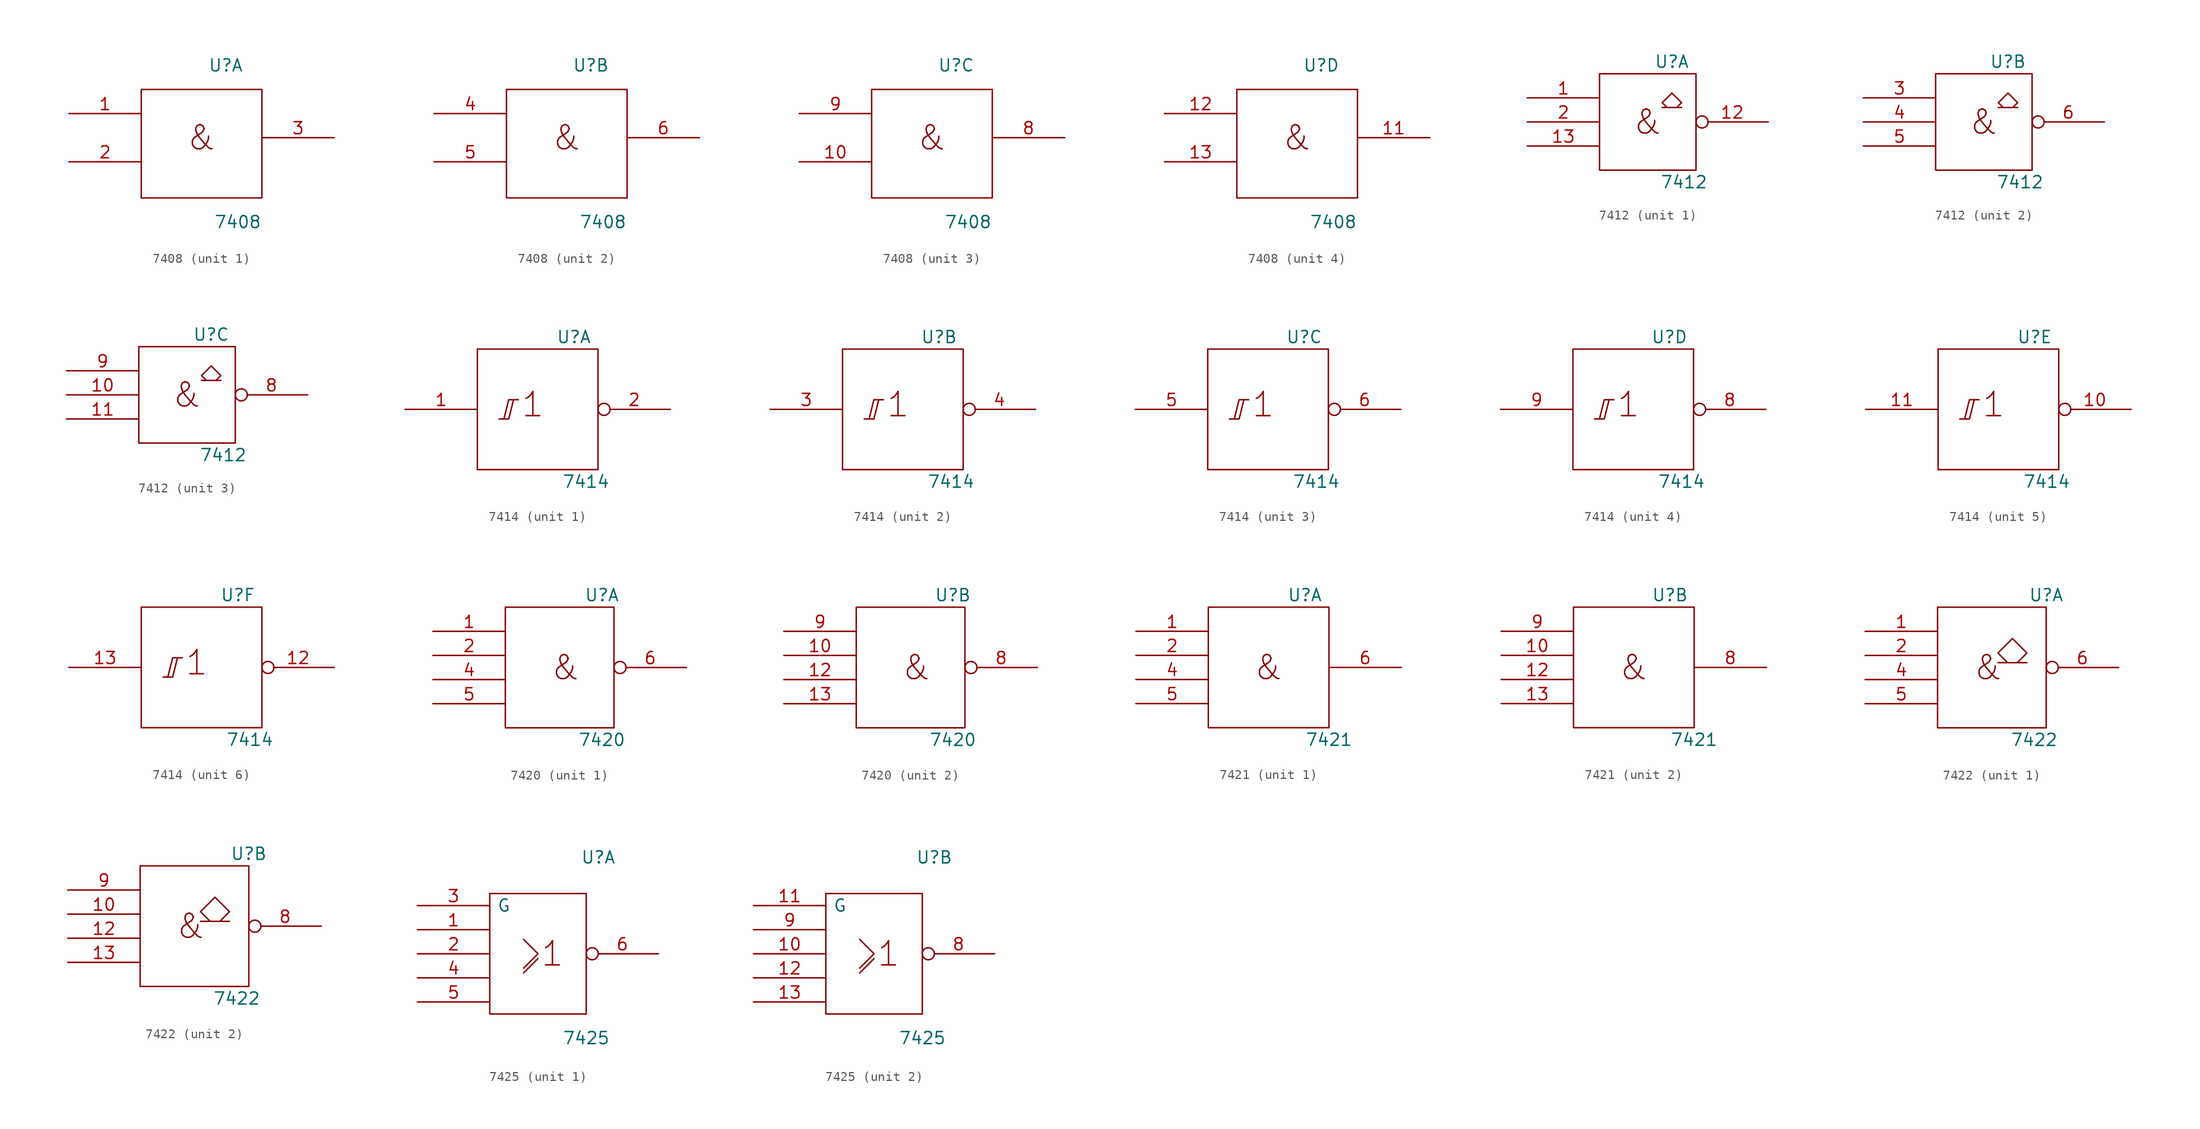
<source format=kicad_sym>
(kicad_symbol_lib
  (version 20201005)
  (generator kicad_symbol_editor)
  (symbol "7408"
    (pin_names
      (offset 0.762))
    (property "Reference" "U"
      (at 2.54 7.62 0)
      (effects (font (size 1.27 1.27))))
    (property "Value" "7408"
      (at 3.81 -8.89 0)
      (effects (font (size 1.27 1.27))))
    (symbol "7408_0_1"
      (text "&" (at 0 0 0) (effects (font (size 2.54 2.54))))
      (rectangle (start -6.35 5.08) (end 6.35 -6.35) (stroke (width 0)) (fill (type none)))
      (pin power_in line (at 0 5.08 270) (length 0) hide (name "Vcc" (effects (font (size 1.27 1.27)))) (number "14" (effects (font (size 1.27 1.27)))))
      (pin power_in line (at 0 -6.35 90) (length 0) hide (name "Gnd" (effects (font (size 1.27 1.27)))) (number "7" (effects (font (size 1.27 1.27))))))
    (symbol "7408_1_1"
      (pin input line (at -13.97 2.54 0) (length 7.62) (name "~" (effects (font (size 1.27 1.27)))) (number "1" (effects (font (size 1.27 1.27)))))
      (pin input line (at -13.97 -2.54 0) (length 7.62) (name "~" (effects (font (size 1.27 1.27)))) (number "2" (effects (font (size 1.27 1.27)))))
      (pin output line (at 13.97 0 180) (length 7.62) (name "~" (effects (font (size 1.27 1.27)))) (number "3" (effects (font (size 1.27 1.27))))))
    (symbol "7408_2_1"
      (pin input line (at -13.97 2.54 0) (length 7.62) (name "~" (effects (font (size 1.27 1.27)))) (number "4" (effects (font (size 1.27 1.27)))))
      (pin input line (at -13.97 -2.54 0) (length 7.62) (name "~" (effects (font (size 1.27 1.27)))) (number "5" (effects (font (size 1.27 1.27)))))
      (pin input line (at 13.97 0 180) (length 7.62) (name "~" (effects (font (size 1.27 1.27)))) (number "6" (effects (font (size 1.27 1.27))))))
    (symbol "7408_3_1"
      (pin input line (at -13.97 -2.54 0) (length 7.62) (name "~" (effects (font (size 1.27 1.27)))) (number "10" (effects (font (size 1.27 1.27)))))
      (pin input line (at 13.97 0 180) (length 7.62) (name "~" (effects (font (size 1.27 1.27)))) (number "8" (effects (font (size 1.27 1.27)))))
      (pin input line (at -13.97 2.54 0) (length 7.62) (name "~" (effects (font (size 1.27 1.27)))) (number "9" (effects (font (size 1.27 1.27))))))
    (symbol "7408_4_1"
      (pin input line (at 13.97 0 180) (length 7.62) (name "~" (effects (font (size 1.27 1.27)))) (number "11" (effects (font (size 1.27 1.27)))))
      (pin input line (at -13.97 2.54 0) (length 7.62) (name "~" (effects (font (size 1.27 1.27)))) (number "12" (effects (font (size 1.27 1.27)))))
      (pin input line (at -13.97 -2.54 0) (length 7.62) (name "~" (effects (font (size 1.27 1.27)))) (number "13" (effects (font (size 1.27 1.27)))))))
  (symbol "7412"
    (pin_names
      (offset 0.762))
    (property "Reference" "U"
      (at 2.54 6.35 0)
      (effects (font (size 1.27 1.27))))
    (property "Value" "7412"
      (at 3.81 -6.35 0)
      (effects (font (size 1.27 1.27))))
    (symbol "7412_0_0"
      (text "&" (at 0 0 0) (effects (font (size 2.54 2.54))))
      (polyline (pts (xy 2.032 1.524) (xy 1.524 2.032) (xy 2.54 3.048) (xy 3.556 2.032) (xy 3.048 1.524) (xy 3.556 1.524) (xy 1.524 1.524) (xy 1.524 1.524)) (stroke (width 0)) (fill (type none))))
    (symbol "7412_0_1"
      (rectangle (start -5.08 5.08) (end 5.08 -5.08) (stroke (width 0)) (fill (type none)))
      (pin power_in line (at 0 5.08 270) (length 0) hide (name "Vcc" (effects (font (size 1.27 1.27)))) (number "14" (effects (font (size 1.27 1.27)))))
      (pin power_in line (at 0 -5.08 90) (length 0) hide (name "Gnd" (effects (font (size 1.27 1.27)))) (number "7" (effects (font (size 1.27 1.27))))))
    (symbol "7412_1_1"
      (pin input line (at -12.7 2.54 0) (length 7.62) (name "~" (effects (font (size 1.27 1.27)))) (number "1" (effects (font (size 1.27 1.27)))))
      (pin open_collector inverted (at 12.7 0 180) (length 7.62) (name "~" (effects (font (size 1.27 1.27)))) (number "12" (effects (font (size 1.27 1.27)))))
      (pin input line (at -12.7 -2.54 0) (length 7.62) (name "~" (effects (font (size 1.27 1.27)))) (number "13" (effects (font (size 1.27 1.27)))))
      (pin input line (at -12.7 0 0) (length 7.62) (name "~" (effects (font (size 1.27 1.27)))) (number "2" (effects (font (size 1.27 1.27))))))
    (symbol "7412_2_1"
      (pin input line (at -12.7 2.54 0) (length 7.62) (name "~" (effects (font (size 1.27 1.27)))) (number "3" (effects (font (size 1.27 1.27)))))
      (pin input line (at -12.7 0 0) (length 7.62) (name "~" (effects (font (size 1.27 1.27)))) (number "4" (effects (font (size 1.27 1.27)))))
      (pin input line (at -12.7 -2.54 0) (length 7.62) (name "~" (effects (font (size 1.27 1.27)))) (number "5" (effects (font (size 1.27 1.27)))))
      (pin open_collector inverted (at 12.7 0 180) (length 7.62) (name "~" (effects (font (size 1.27 1.27)))) (number "6" (effects (font (size 1.27 1.27))))))
    (symbol "7412_3_1"
      (pin input line (at -12.7 0 0) (length 7.62) (name "~" (effects (font (size 1.27 1.27)))) (number "10" (effects (font (size 1.27 1.27)))))
      (pin input line (at -12.7 -2.54 0) (length 7.62) (name "~" (effects (font (size 1.27 1.27)))) (number "11" (effects (font (size 1.27 1.27)))))
      (pin open_collector inverted (at 12.7 0 180) (length 7.62) (name "~" (effects (font (size 1.27 1.27)))) (number "8" (effects (font (size 1.27 1.27)))))
      (pin input line (at -12.7 2.54 0) (length 7.62) (name "~" (effects (font (size 1.27 1.27)))) (number "9" (effects (font (size 1.27 1.27)))))))
  (symbol "7414"
    (pin_names
      (offset 0.762))
    (property "Reference" "U"
      (at 3.81 7.62 0)
      (effects (font (size 1.27 1.27))))
    (property "Value" "7414"
      (at 5.08 -7.62 0)
      (effects (font (size 1.27 1.27))))
    (symbol "7414_0_0"
      (text "1" (at -0.508 0.508 0) (effects (font (size 2.54 2.54))))
      (polyline (pts (xy -4.064 -1.016) (xy -3.048 -1.016) (xy -2.54 1.016) (xy -2.032 1.016) (xy -3.048 1.016) (xy -3.556 -1.016) (xy -3.556 -1.016)) (stroke (width 0)) (fill (type none))))
    (symbol "7414_0_1"
      (rectangle (start -6.35 6.35) (end 6.35 -6.35) (stroke (width 0)) (fill (type none)))
      (pin power_in line (at 0 6.35 270) (length 0) hide (name "Vcc" (effects (font (size 1.27 1.27)))) (number "14" (effects (font (size 1.27 1.27)))))
      (pin power_in line (at 0 -6.35 90) (length 0) hide (name "Gnd" (effects (font (size 1.27 1.27)))) (number "7" (effects (font (size 1.27 1.27))))))
    (symbol "7414_1_1"
      (pin input line (at -13.97 0 0) (length 7.62) (name "~" (effects (font (size 1.27 1.27)))) (number "1" (effects (font (size 1.27 1.27)))))
      (pin output inverted (at 13.97 0 180) (length 7.62) (name "~" (effects (font (size 1.27 1.27)))) (number "2" (effects (font (size 1.27 1.27))))))
    (symbol "7414_2_1"
      (pin input line (at -13.97 0 0) (length 7.62) (name "~" (effects (font (size 1.27 1.27)))) (number "3" (effects (font (size 1.27 1.27)))))
      (pin output inverted (at 13.97 0 180) (length 7.62) (name "~" (effects (font (size 1.27 1.27)))) (number "4" (effects (font (size 1.27 1.27))))))
    (symbol "7414_3_1"
      (pin input line (at -13.97 0 0) (length 7.62) (name "~" (effects (font (size 1.27 1.27)))) (number "5" (effects (font (size 1.27 1.27)))))
      (pin output inverted (at 13.97 0 180) (length 7.62) (name "~" (effects (font (size 1.27 1.27)))) (number "6" (effects (font (size 1.27 1.27))))))
    (symbol "7414_4_1"
      (pin output inverted (at 13.97 0 180) (length 7.62) (name "~" (effects (font (size 1.27 1.27)))) (number "8" (effects (font (size 1.27 1.27)))))
      (pin input line (at -13.97 0 0) (length 7.62) (name "~" (effects (font (size 1.27 1.27)))) (number "9" (effects (font (size 1.27 1.27))))))
    (symbol "7414_5_1"
      (pin output inverted (at 13.97 0 180) (length 7.62) (name "~" (effects (font (size 1.27 1.27)))) (number "10" (effects (font (size 1.27 1.27)))))
      (pin input line (at -13.97 0 0) (length 7.62) (name "~" (effects (font (size 1.27 1.27)))) (number "11" (effects (font (size 1.27 1.27))))))
    (symbol "7414_6_1"
      (pin output inverted (at 13.97 0 180) (length 7.62) (name "~" (effects (font (size 1.27 1.27)))) (number "12" (effects (font (size 1.27 1.27)))))
      (pin input line (at -13.97 0 0) (length 7.62) (name "~" (effects (font (size 1.27 1.27)))) (number "13" (effects (font (size 1.27 1.27)))))))
  (symbol "7420"
    (pin_names
      (offset 0.762))
    (property "Reference" "U"
      (at 3.81 7.62 0)
      (effects (font (size 1.27 1.27))))
    (property "Value" "7420"
      (at 3.81 -7.62 0)
      (effects (font (size 1.27 1.27))))
    (symbol "7420_0_0"
      (text "&" (at 0 0 0) (effects (font (size 2.54 2.54)))))
    (symbol "7420_0_1"
      (rectangle (start -6.35 6.35) (end 5.08 -6.35) (stroke (width 0)) (fill (type none)))
      (pin power_in line (at 0 6.35 270) (length 0) hide (name "Vcc" (effects (font (size 1.27 1.27)))) (number "14" (effects (font (size 1.27 1.27)))))
      (pin power_in line (at 0 -6.35 90) (length 0) hide (name "Gnd" (effects (font (size 1.27 1.27)))) (number "7" (effects (font (size 1.27 1.27))))))
    (symbol "7420_1_1"
      (pin input line (at -13.97 3.81 0) (length 7.62) (name "~" (effects (font (size 1.27 1.27)))) (number "1" (effects (font (size 1.27 1.27)))))
      (pin input line (at -13.97 1.27 0) (length 7.62) (name "~" (effects (font (size 1.27 1.27)))) (number "2" (effects (font (size 1.27 1.27)))))
      (pin input line (at -13.97 -1.27 0) (length 7.62) (name "~" (effects (font (size 1.27 1.27)))) (number "4" (effects (font (size 1.27 1.27)))))
      (pin input line (at -13.97 -3.81 0) (length 7.62) (name "~" (effects (font (size 1.27 1.27)))) (number "5" (effects (font (size 1.27 1.27)))))
      (pin output inverted (at 12.7 0 180) (length 7.62) (name "~" (effects (font (size 1.27 1.27)))) (number "6" (effects (font (size 1.27 1.27))))))
    (symbol "7420_2_1"
      (pin input line (at -13.97 1.27 0) (length 7.62) (name "~" (effects (font (size 1.27 1.27)))) (number "10" (effects (font (size 1.27 1.27)))))
      (pin input line (at -13.97 -1.27 0) (length 7.62) (name "~" (effects (font (size 1.27 1.27)))) (number "12" (effects (font (size 1.27 1.27)))))
      (pin input line (at -13.97 -3.81 0) (length 7.62) (name "~" (effects (font (size 1.27 1.27)))) (number "13" (effects (font (size 1.27 1.27)))))
      (pin output inverted (at 12.7 0 180) (length 7.62) (name "~" (effects (font (size 1.27 1.27)))) (number "8" (effects (font (size 1.27 1.27)))))
      (pin input line (at -13.97 3.81 0) (length 7.62) (name "~" (effects (font (size 1.27 1.27)))) (number "9" (effects (font (size 1.27 1.27)))))))
  (symbol "7421"
    (pin_names
      (offset 0.762))
    (property "Reference" "U"
      (at 3.81 7.62 0)
      (effects (font (size 1.27 1.27))))
    (property "Value" "7421"
      (at 6.35 -7.62 0)
      (effects (font (size 1.27 1.27))))
    (symbol "7421_0_0"
      (text "&" (at 0 0 0) (effects (font (size 2.54 2.54)))))
    (symbol "7421_0_1"
      (rectangle (start -6.35 6.35) (end 6.35 -6.35) (stroke (width 0)) (fill (type none)))
      (pin power_in line (at 0 6.35 270) (length 0) hide (name "Vcc" (effects (font (size 1.27 1.27)))) (number "14" (effects (font (size 1.27 1.27)))))
      (pin power_in line (at 0 -6.35 90) (length 0) hide (name "Gnd" (effects (font (size 1.27 1.27)))) (number "7" (effects (font (size 1.27 1.27))))))
    (symbol "7421_1_1"
      (pin input line (at -13.97 3.81 0) (length 7.62) (name "~" (effects (font (size 1.27 1.27)))) (number "1" (effects (font (size 1.27 1.27)))))
      (pin input line (at -13.97 1.27 0) (length 7.62) (name "~" (effects (font (size 1.27 1.27)))) (number "2" (effects (font (size 1.27 1.27)))))
      (pin input line (at -13.97 -1.27 0) (length 7.62) (name "~" (effects (font (size 1.27 1.27)))) (number "4" (effects (font (size 1.27 1.27)))))
      (pin input line (at -13.97 -3.81 0) (length 7.62) (name "~" (effects (font (size 1.27 1.27)))) (number "5" (effects (font (size 1.27 1.27)))))
      (pin output line (at 13.97 0 180) (length 7.62) (name "~" (effects (font (size 1.27 1.27)))) (number "6" (effects (font (size 1.27 1.27))))))
    (symbol "7421_2_1"
      (pin input line (at -13.97 1.27 0) (length 7.62) (name "~" (effects (font (size 1.27 1.27)))) (number "10" (effects (font (size 1.27 1.27)))))
      (pin input line (at -13.97 -1.27 0) (length 7.62) (name "~" (effects (font (size 1.27 1.27)))) (number "12" (effects (font (size 1.27 1.27)))))
      (pin input line (at -13.97 -3.81 0) (length 7.62) (name "~" (effects (font (size 1.27 1.27)))) (number "13" (effects (font (size 1.27 1.27)))))
      (pin output line (at 13.97 0 180) (length 7.62) (name "~" (effects (font (size 1.27 1.27)))) (number "8" (effects (font (size 1.27 1.27)))))
      (pin input line (at -13.97 3.81 0) (length 7.62) (name "~" (effects (font (size 1.27 1.27)))) (number "9" (effects (font (size 1.27 1.27)))))))
  (symbol "7422"
    (pin_names
      (offset 0.762))
    (property "Reference" "U"
      (at 5.08 7.62 0)
      (effects (font (size 1.27 1.27))))
    (property "Value" "7422"
      (at 3.81 -7.62 0)
      (effects (font (size 1.27 1.27))))
    (symbol "7422_0_0"
      (text "&" (at -1.016 0 0) (effects (font (size 2.54 2.54)))))
    (symbol "7422_0_1"
      (rectangle (start -6.35 6.35) (end 5.08 -6.35) (stroke (width 0)) (fill (type none)))
      (polyline (pts (xy 2.032 0.508) (xy 3.048 1.524) (xy 1.524 3.048) (xy 0 1.524) (xy 1.016 0.508) (xy 0 0.508) (xy 3.048 0.508) (xy 3.048 0.508)) (stroke (width 0)) (fill (type none)))
      (pin power_in line (at 0 6.35 270) (length 0) hide (name "Vcc" (effects (font (size 1.27 1.27)))) (number "14" (effects (font (size 1.27 1.27)))))
      (pin power_in line (at 0 -6.35 90) (length 0) hide (name "Gnd" (effects (font (size 1.27 1.27)))) (number "7" (effects (font (size 1.27 1.27))))))
    (symbol "7422_1_1"
      (pin input line (at -13.97 3.81 0) (length 7.62) (name "~" (effects (font (size 1.27 1.27)))) (number "1" (effects (font (size 1.27 1.27)))))
      (pin input line (at -13.97 1.27 0) (length 7.62) (name "~" (effects (font (size 1.27 1.27)))) (number "2" (effects (font (size 1.27 1.27)))))
      (pin input line (at -13.97 -1.27 0) (length 7.62) (name "~" (effects (font (size 1.27 1.27)))) (number "4" (effects (font (size 1.27 1.27)))))
      (pin input line (at -13.97 -3.81 0) (length 7.62) (name "~" (effects (font (size 1.27 1.27)))) (number "5" (effects (font (size 1.27 1.27)))))
      (pin open_collector inverted (at 12.7 0 180) (length 7.62) (name "~" (effects (font (size 1.27 1.27)))) (number "6" (effects (font (size 1.27 1.27))))))
    (symbol "7422_2_1"
      (pin input line (at -13.97 1.27 0) (length 7.62) (name "~" (effects (font (size 1.27 1.27)))) (number "10" (effects (font (size 1.27 1.27)))))
      (pin input line (at -13.97 -1.27 0) (length 7.62) (name "~" (effects (font (size 1.27 1.27)))) (number "12" (effects (font (size 1.27 1.27)))))
      (pin input line (at -13.97 -3.81 0) (length 7.62) (name "~" (effects (font (size 1.27 1.27)))) (number "13" (effects (font (size 1.27 1.27)))))
      (pin open_collector inverted (at 12.7 0 180) (length 7.62) (name "~" (effects (font (size 1.27 1.27)))) (number "8" (effects (font (size 1.27 1.27)))))
      (pin input line (at -13.97 3.81 0) (length 7.62) (name "~" (effects (font (size 1.27 1.27)))) (number "9" (effects (font (size 1.27 1.27)))))))
  (symbol "7425"
    (pin_names
      (offset 0.762))
    (property "Reference" "U"
      (at 6.35 10.16 0)
      (effects (font (size 1.27 1.27))))
    (property "Value" "7425"
      (at 5.08 -8.89 0)
      (effects (font (size 1.27 1.27))))
    (symbol "7425_0_0"
      (text "1" (at 1.524 0 0) (effects (font (size 2.54 2.54))))
      (polyline (pts (xy -1.524 -2.032) (xy 0 -0.508) (xy 0 -0.508)) (stroke (width 0)) (fill (type none)))
      (polyline (pts (xy -1.524 1.524) (xy 0 0) (xy -1.524 -1.524) (xy -1.524 -1.524)) (stroke (width 0)) (fill (type none))))
    (symbol "7425_0_1"
      (rectangle (start -5.08 6.35) (end 5.08 -6.35) (stroke (width 0)) (fill (type none)))
      (pin power_in line (at 0 6.35 270) (length 0) hide (name "Vcc" (effects (font (size 1.27 1.27)))) (number "14" (effects (font (size 1.27 1.27)))))
      (pin power_in line (at 0 -6.35 90) (length 0) hide (name "Gnd" (effects (font (size 1.27 1.27)))) (number "7" (effects (font (size 1.27 1.27))))))
    (symbol "7425_1_1"
      (pin input line (at -12.7 2.54 0) (length 7.62) (name "~" (effects (font (size 1.27 1.27)))) (number "1" (effects (font (size 1.27 1.27)))))
      (pin input line (at -12.7 0 0) (length 7.62) (name "~" (effects (font (size 1.27 1.27)))) (number "2" (effects (font (size 1.27 1.27)))))
      (pin input line (at -12.7 5.08 0) (length 7.62) (name "G" (effects (font (size 1.27 1.27)))) (number "3" (effects (font (size 1.27 1.27)))))
      (pin input line (at -12.7 -2.54 0) (length 7.62) (name "~" (effects (font (size 1.27 1.27)))) (number "4" (effects (font (size 1.27 1.27)))))
      (pin input line (at -12.7 -5.08 0) (length 7.62) (name "~" (effects (font (size 1.27 1.27)))) (number "5" (effects (font (size 1.27 1.27)))))
      (pin output inverted (at 12.7 0 180) (length 7.62) (name "~" (effects (font (size 1.27 1.27)))) (number "6" (effects (font (size 1.27 1.27))))))
    (symbol "7425_2_1"
      (pin input line (at -12.7 0 0) (length 7.62) (name "~" (effects (font (size 1.27 1.27)))) (number "10" (effects (font (size 1.27 1.27)))))
      (pin input line (at -12.7 5.08 0) (length 7.62) (name "G" (effects (font (size 1.27 1.27)))) (number "11" (effects (font (size 1.27 1.27)))))
      (pin input line (at -12.7 -2.54 0) (length 7.62) (name "~" (effects (font (size 1.27 1.27)))) (number "12" (effects (font (size 1.27 1.27)))))
      (pin input line (at -12.7 -5.08 0) (length 7.62) (name "~" (effects (font (size 1.27 1.27)))) (number "13" (effects (font (size 1.27 1.27)))))
      (pin output inverted (at 12.7 0 180) (length 7.62) (name "~" (effects (font (size 1.27 1.27)))) (number "8" (effects (font (size 1.27 1.27)))))
      (pin input line (at -12.7 2.54 0) (length 7.62) (name "~" (effects (font (size 1.27 1.27)))) (number "9" (effects (font (size 1.27 1.27))))))))
</source>
